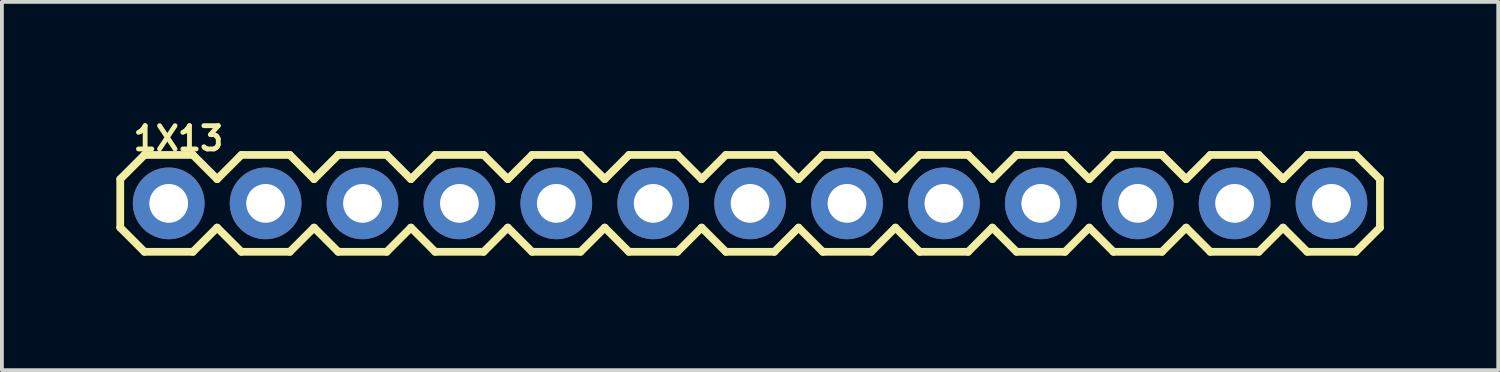
<source format=kicad_pcb>
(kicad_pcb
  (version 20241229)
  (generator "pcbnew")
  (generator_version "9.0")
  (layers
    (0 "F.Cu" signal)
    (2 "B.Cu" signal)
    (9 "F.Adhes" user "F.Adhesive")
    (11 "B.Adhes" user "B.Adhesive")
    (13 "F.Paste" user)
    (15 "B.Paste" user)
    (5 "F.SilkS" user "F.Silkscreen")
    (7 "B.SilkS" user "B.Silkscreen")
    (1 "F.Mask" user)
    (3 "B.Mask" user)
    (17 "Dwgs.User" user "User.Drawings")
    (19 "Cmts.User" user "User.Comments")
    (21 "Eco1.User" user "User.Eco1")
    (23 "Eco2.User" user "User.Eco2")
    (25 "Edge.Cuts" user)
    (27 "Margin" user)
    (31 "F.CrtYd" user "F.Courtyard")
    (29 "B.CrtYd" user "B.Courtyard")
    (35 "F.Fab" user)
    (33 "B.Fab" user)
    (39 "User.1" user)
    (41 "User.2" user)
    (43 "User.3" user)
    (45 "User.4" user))
  (footprint "1X13"
    (layer "F.Cu")
    (at 1.372 2.281)
    (property "Reference" "1X13" (at 0.254 -1.702 0) (layer "F.SilkS") (effects (font (size 0.61 0.61) (thickness 0.127))))
    (attr exclude_from_pos_files exclude_from_bom)
    (fp_line (start -1.27 -0.635) (end -1.27 0.635) (stroke (width 0.203) (type solid)) (layer "F.SilkS"))
    (fp_line (start -1.27 0.635) (end -0.635 1.27) (stroke (width 0.203) (type solid)) (layer "F.SilkS"))
    (fp_line (start -0.635 -1.27) (end -1.27 -0.635) (stroke (width 0.203) (type solid)) (layer "F.SilkS"))
    (fp_line (start -0.635 -1.27) (end 0.635 -1.27) (stroke (width 0.203) (type solid)) (layer "F.SilkS"))
    (fp_line (start 0.635 -1.27) (end 1.27 -0.635) (stroke (width 0.203) (type solid)) (layer "F.SilkS"))
    (fp_line (start 0.635 1.27) (end -0.635 1.27) (stroke (width 0.203) (type solid)) (layer "F.SilkS"))
    (fp_line (start 1.27 -0.635) (end 1.905 -1.27) (stroke (width 0.203) (type solid)) (layer "F.SilkS"))
    (fp_line (start 1.27 0.635) (end 0.635 1.27) (stroke (width 0.203) (type solid)) (layer "F.SilkS"))
    (fp_line (start 1.905 -1.27) (end 3.175 -1.27) (stroke (width 0.203) (type solid)) (layer "F.SilkS"))
    (fp_line (start 1.905 1.27) (end 1.27 0.635) (stroke (width 0.203) (type solid)) (layer "F.SilkS"))
    (fp_line (start 3.175 -1.27) (end 3.81 -0.635) (stroke (width 0.203) (type solid)) (layer "F.SilkS"))
    (fp_line (start 3.175 1.27) (end 1.905 1.27) (stroke (width 0.203) (type solid)) (layer "F.SilkS"))
    (fp_line (start 3.81 -0.635) (end 4.445 -1.27) (stroke (width 0.203) (type solid)) (layer "F.SilkS"))
    (fp_line (start 3.81 0.635) (end 3.175 1.27) (stroke (width 0.203) (type solid)) (layer "F.SilkS"))
    (fp_line (start 4.445 -1.27) (end 5.715 -1.27) (stroke (width 0.203) (type solid)) (layer "F.SilkS"))
    (fp_line (start 4.445 1.27) (end 3.81 0.635) (stroke (width 0.203) (type solid)) (layer "F.SilkS"))
    (fp_line (start 5.715 -1.27) (end 6.35 -0.635) (stroke (width 0.203) (type solid)) (layer "F.SilkS"))
    (fp_line (start 5.715 1.27) (end 4.445 1.27) (stroke (width 0.203) (type solid)) (layer "F.SilkS"))
    (fp_line (start 6.35 0.635) (end 5.715 1.27) (stroke (width 0.203) (type solid)) (layer "F.SilkS"))
    (fp_line (start 6.35 0.635) (end 6.985 1.27) (stroke (width 0.203) (type solid)) (layer "F.SilkS"))
    (fp_line (start 6.985 -1.27) (end 6.35 -0.635) (stroke (width 0.203) (type solid)) (layer "F.SilkS"))
    (fp_line (start 6.985 -1.27) (end 8.255 -1.27) (stroke (width 0.203) (type solid)) (layer "F.SilkS"))
    (fp_line (start 8.255 -1.27) (end 8.89 -0.635) (stroke (width 0.203) (type solid)) (layer "F.SilkS"))
    (fp_line (start 8.255 1.27) (end 6.985 1.27) (stroke (width 0.203) (type solid)) (layer "F.SilkS"))
    (fp_line (start 8.89 -0.635) (end 9.525 -1.27) (stroke (width 0.203) (type solid)) (layer "F.SilkS"))
    (fp_line (start 8.89 0.635) (end 8.255 1.27) (stroke (width 0.203) (type solid)) (layer "F.SilkS"))
    (fp_line (start 9.525 -1.27) (end 10.795 -1.27) (stroke (width 0.203) (type solid)) (layer "F.SilkS"))
    (fp_line (start 9.525 1.27) (end 8.89 0.635) (stroke (width 0.203) (type solid)) (layer "F.SilkS"))
    (fp_line (start 10.795 -1.27) (end 11.43 -0.635) (stroke (width 0.203) (type solid)) (layer "F.SilkS"))
    (fp_line (start 10.795 1.27) (end 9.525 1.27) (stroke (width 0.203) (type solid)) (layer "F.SilkS"))
    (fp_line (start 11.43 -0.635) (end 12.065 -1.27) (stroke (width 0.203) (type solid)) (layer "F.SilkS"))
    (fp_line (start 11.43 0.635) (end 10.795 1.27) (stroke (width 0.203) (type solid)) (layer "F.SilkS"))
    (fp_line (start 12.065 -1.27) (end 13.335 -1.27) (stroke (width 0.203) (type solid)) (layer "F.SilkS"))
    (fp_line (start 12.065 1.27) (end 11.43 0.635) (stroke (width 0.203) (type solid)) (layer "F.SilkS"))
    (fp_line (start 13.335 -1.27) (end 13.97 -0.635) (stroke (width 0.203) (type solid)) (layer "F.SilkS"))
    (fp_line (start 13.335 1.27) (end 12.065 1.27) (stroke (width 0.203) (type solid)) (layer "F.SilkS"))
    (fp_line (start 13.97 0.635) (end 13.335 1.27) (stroke (width 0.203) (type solid)) (layer "F.SilkS"))
    (fp_line (start 13.97 0.635) (end 14.605 1.27) (stroke (width 0.203) (type solid)) (layer "F.SilkS"))
    (fp_line (start 14.605 -1.27) (end 13.97 -0.635) (stroke (width 0.203) (type solid)) (layer "F.SilkS"))
    (fp_line (start 14.605 -1.27) (end 15.875 -1.27) (stroke (width 0.203) (type solid)) (layer "F.SilkS"))
    (fp_line (start 15.875 -1.27) (end 16.51 -0.635) (stroke (width 0.203) (type solid)) (layer "F.SilkS"))
    (fp_line (start 15.875 1.27) (end 14.605 1.27) (stroke (width 0.203) (type solid)) (layer "F.SilkS"))
    (fp_line (start 16.51 0.635) (end 15.875 1.27) (stroke (width 0.203) (type solid)) (layer "F.SilkS"))
    (fp_line (start 16.51 0.635) (end 17.145 1.27) (stroke (width 0.203) (type solid)) (layer "F.SilkS"))
    (fp_line (start 17.145 -1.27) (end 16.51 -0.635) (stroke (width 0.203) (type solid)) (layer "F.SilkS"))
    (fp_line (start 17.145 -1.27) (end 18.415 -1.27) (stroke (width 0.203) (type solid)) (layer "F.SilkS"))
    (fp_line (start 18.415 -1.27) (end 19.05 -0.635) (stroke (width 0.203) (type solid)) (layer "F.SilkS"))
    (fp_line (start 18.415 1.27) (end 17.145 1.27) (stroke (width 0.203) (type solid)) (layer "F.SilkS"))
    (fp_line (start 19.05 -0.635) (end 19.685 -1.27) (stroke (width 0.203) (type solid)) (layer "F.SilkS"))
    (fp_line (start 19.05 0.635) (end 18.415 1.27) (stroke (width 0.203) (type solid)) (layer "F.SilkS"))
    (fp_line (start 19.685 -1.27) (end 20.955 -1.27) (stroke (width 0.203) (type solid)) (layer "F.SilkS"))
    (fp_line (start 19.685 1.27) (end 19.05 0.635) (stroke (width 0.203) (type solid)) (layer "F.SilkS"))
    (fp_line (start 20.955 -1.27) (end 21.59 -0.635) (stroke (width 0.203) (type solid)) (layer "F.SilkS"))
    (fp_line (start 20.955 1.27) (end 19.685 1.27) (stroke (width 0.203) (type solid)) (layer "F.SilkS"))
    (fp_line (start 21.59 -0.635) (end 22.225 -1.27) (stroke (width 0.203) (type solid)) (layer "F.SilkS"))
    (fp_line (start 21.59 0.635) (end 20.955 1.27) (stroke (width 0.203) (type solid)) (layer "F.SilkS"))
    (fp_line (start 22.225 -1.27) (end 23.495 -1.27) (stroke (width 0.203) (type solid)) (layer "F.SilkS"))
    (fp_line (start 22.225 1.27) (end 21.59 0.635) (stroke (width 0.203) (type solid)) (layer "F.SilkS"))
    (fp_line (start 23.495 -1.27) (end 24.13 -0.635) (stroke (width 0.203) (type solid)) (layer "F.SilkS"))
    (fp_line (start 23.495 1.27) (end 22.225 1.27) (stroke (width 0.203) (type solid)) (layer "F.SilkS"))
    (fp_line (start 24.13 0.635) (end 23.495 1.27) (stroke (width 0.203) (type solid)) (layer "F.SilkS"))
    (fp_line (start 24.13 0.635) (end 24.765 1.27) (stroke (width 0.203) (type solid)) (layer "F.SilkS"))
    (fp_line (start 24.765 -1.27) (end 24.13 -0.635) (stroke (width 0.203) (type solid)) (layer "F.SilkS"))
    (fp_line (start 24.765 -1.27) (end 26.035 -1.27) (stroke (width 0.203) (type solid)) (layer "F.SilkS"))
    (fp_line (start 26.035 -1.27) (end 26.67 -0.635) (stroke (width 0.203) (type solid)) (layer "F.SilkS"))
    (fp_line (start 26.035 1.27) (end 24.765 1.27) (stroke (width 0.203) (type solid)) (layer "F.SilkS"))
    (fp_line (start 26.67 -0.635) (end 27.305 -1.27) (stroke (width 0.203) (type solid)) (layer "F.SilkS"))
    (fp_line (start 26.67 0.635) (end 26.035 1.27) (stroke (width 0.203) (type solid)) (layer "F.SilkS"))
    (fp_line (start 27.305 -1.27) (end 28.575 -1.27) (stroke (width 0.203) (type solid)) (layer "F.SilkS"))
    (fp_line (start 27.305 1.27) (end 26.67 0.635) (stroke (width 0.203) (type solid)) (layer "F.SilkS"))
    (fp_line (start 28.575 -1.27) (end 29.21 -0.635) (stroke (width 0.203) (type solid)) (layer "F.SilkS"))
    (fp_line (start 28.575 1.27) (end 27.305 1.27) (stroke (width 0.203) (type solid)) (layer "F.SilkS"))
    (fp_line (start 29.21 -0.635) (end 29.845 -1.27) (stroke (width 0.203) (type solid)) (layer "F.SilkS"))
    (fp_line (start 29.21 0.635) (end 28.575 1.27) (stroke (width 0.203) (type solid)) (layer "F.SilkS"))
    (fp_line (start 29.845 -1.27) (end 31.115 -1.27) (stroke (width 0.203) (type solid)) (layer "F.SilkS"))
    (fp_line (start 29.845 1.27) (end 29.21 0.635) (stroke (width 0.203) (type solid)) (layer "F.SilkS"))
    (fp_line (start 31.115 -1.27) (end 31.75 -0.635) (stroke (width 0.203) (type solid)) (layer "F.SilkS"))
    (fp_line (start 31.115 1.27) (end 29.845 1.27) (stroke (width 0.203) (type solid)) (layer "F.SilkS"))
    (fp_line (start 31.75 0.635) (end 31.115 1.27) (stroke (width 0.203) (type solid)) (layer "F.SilkS"))
    (fp_line (start 31.75 0.635) (end 31.75 -0.635) (stroke (width 0.203) (type solid)) (layer "F.SilkS"))
    (fp_line (start -0.254 -0.254) (end 0.254 -0.254) (stroke (width 0.066) (type solid)) (layer "Dwgs.User"))
    (fp_line (start -0.254 0.254) (end -0.254 -0.254) (stroke (width 0.066) (type solid)) (layer "Dwgs.User"))
    (fp_line (start -0.254 0.254) (end 0.254 0.254) (stroke (width 0.066) (type solid)) (layer "Dwgs.User"))
    (fp_line (start 0.254 0.254) (end 0.254 -0.254) (stroke (width 0.066) (type solid)) (layer "Dwgs.User"))
    (fp_line (start 2.286 -0.254) (end 2.794 -0.254) (stroke (width 0.066) (type solid)) (layer "Dwgs.User"))
    (fp_line (start 2.286 0.254) (end 2.286 -0.254) (stroke (width 0.066) (type solid)) (layer "Dwgs.User"))
    (fp_line (start 2.286 0.254) (end 2.794 0.254) (stroke (width 0.066) (type solid)) (layer "Dwgs.User"))
    (fp_line (start 2.794 0.254) (end 2.794 -0.254) (stroke (width 0.066) (type solid)) (layer "Dwgs.User"))
    (fp_line (start 4.826 -0.254) (end 5.334 -0.254) (stroke (width 0.066) (type solid)) (layer "Dwgs.User"))
    (fp_line (start 4.826 0.254) (end 4.826 -0.254) (stroke (width 0.066) (type solid)) (layer "Dwgs.User"))
    (fp_line (start 4.826 0.254) (end 5.334 0.254) (stroke (width 0.066) (type solid)) (layer "Dwgs.User"))
    (fp_line (start 5.334 0.254) (end 5.334 -0.254) (stroke (width 0.066) (type solid)) (layer "Dwgs.User"))
    (fp_line (start 7.366 -0.254) (end 7.874 -0.254) (stroke (width 0.066) (type solid)) (layer "Dwgs.User"))
    (fp_line (start 7.366 0.254) (end 7.366 -0.254) (stroke (width 0.066) (type solid)) (layer "Dwgs.User"))
    (fp_line (start 7.366 0.254) (end 7.874 0.254) (stroke (width 0.066) (type solid)) (layer "Dwgs.User"))
    (fp_line (start 7.874 0.254) (end 7.874 -0.254) (stroke (width 0.066) (type solid)) (layer "Dwgs.User"))
    (fp_line (start 9.906 -0.254) (end 10.414 -0.254) (stroke (width 0.066) (type solid)) (layer "Dwgs.User"))
    (fp_line (start 9.906 0.254) (end 9.906 -0.254) (stroke (width 0.066) (type solid)) (layer "Dwgs.User"))
    (fp_line (start 9.906 0.254) (end 10.414 0.254) (stroke (width 0.066) (type solid)) (layer "Dwgs.User"))
    (fp_line (start 10.414 0.254) (end 10.414 -0.254) (stroke (width 0.066) (type solid)) (layer "Dwgs.User"))
    (fp_line (start 12.446 -0.254) (end 12.954 -0.254) (stroke (width 0.066) (type solid)) (layer "Dwgs.User"))
    (fp_line (start 12.446 0.254) (end 12.446 -0.254) (stroke (width 0.066) (type solid)) (layer "Dwgs.User"))
    (fp_line (start 12.446 0.254) (end 12.954 0.254) (stroke (width 0.066) (type solid)) (layer "Dwgs.User"))
    (fp_line (start 12.954 0.254) (end 12.954 -0.254) (stroke (width 0.066) (type solid)) (layer "Dwgs.User"))
    (fp_line (start 14.986 -0.254) (end 15.494 -0.254) (stroke (width 0.066) (type solid)) (layer "Dwgs.User"))
    (fp_line (start 14.986 0.254) (end 14.986 -0.254) (stroke (width 0.066) (type solid)) (layer "Dwgs.User"))
    (fp_line (start 14.986 0.254) (end 15.494 0.254) (stroke (width 0.066) (type solid)) (layer "Dwgs.User"))
    (fp_line (start 15.494 0.254) (end 15.494 -0.254) (stroke (width 0.066) (type solid)) (layer "Dwgs.User"))
    (fp_line (start 17.523 -0.254) (end 18.034 -0.254) (stroke (width 0.066) (type solid)) (layer "Dwgs.User"))
    (fp_line (start 17.523 0.254) (end 17.523 -0.254) (stroke (width 0.066) (type solid)) (layer "Dwgs.User"))
    (fp_line (start 17.523 0.254) (end 18.034 0.254) (stroke (width 0.066) (type solid)) (layer "Dwgs.User"))
    (fp_line (start 18.034 0.254) (end 18.034 -0.254) (stroke (width 0.066) (type solid)) (layer "Dwgs.User"))
    (fp_line (start 20.066 -0.254) (end 20.574 -0.254) (stroke (width 0.066) (type solid)) (layer "Dwgs.User"))
    (fp_line (start 20.066 0.254) (end 20.066 -0.254) (stroke (width 0.066) (type solid)) (layer "Dwgs.User"))
    (fp_line (start 20.066 0.254) (end 20.574 0.254) (stroke (width 0.066) (type solid)) (layer "Dwgs.User"))
    (fp_line (start 20.574 0.254) (end 20.574 -0.254) (stroke (width 0.066) (type solid)) (layer "Dwgs.User"))
    (fp_line (start 22.606 -0.254) (end 23.114 -0.254) (stroke (width 0.066) (type solid)) (layer "Dwgs.User"))
    (fp_line (start 22.606 0.254) (end 22.606 -0.254) (stroke (width 0.066) (type solid)) (layer "Dwgs.User"))
    (fp_line (start 22.606 0.254) (end 23.114 0.254) (stroke (width 0.066) (type solid)) (layer "Dwgs.User"))
    (fp_line (start 23.114 0.254) (end 23.114 -0.254) (stroke (width 0.066) (type solid)) (layer "Dwgs.User"))
    (fp_line (start 25.146 -0.254) (end 25.654 -0.254) (stroke (width 0.066) (type solid)) (layer "Dwgs.User"))
    (fp_line (start 25.146 0.254) (end 25.146 -0.254) (stroke (width 0.066) (type solid)) (layer "Dwgs.User"))
    (fp_line (start 25.146 0.254) (end 25.654 0.254) (stroke (width 0.066) (type solid)) (layer "Dwgs.User"))
    (fp_line (start 25.654 0.254) (end 25.654 -0.254) (stroke (width 0.066) (type solid)) (layer "Dwgs.User"))
    (fp_line (start 27.686 -0.254) (end 28.194 -0.254) (stroke (width 0.066) (type solid)) (layer "Dwgs.User"))
    (fp_line (start 27.686 0.254) (end 27.686 -0.254) (stroke (width 0.066) (type solid)) (layer "Dwgs.User"))
    (fp_line (start 27.686 0.254) (end 28.194 0.254) (stroke (width 0.066) (type solid)) (layer "Dwgs.User"))
    (fp_line (start 28.194 0.254) (end 28.194 -0.254) (stroke (width 0.066) (type solid)) (layer "Dwgs.User"))
    (fp_line (start 30.226 -0.254) (end 30.734 -0.254) (stroke (width 0.066) (type solid)) (layer "Dwgs.User"))
    (fp_line (start 30.226 0.254) (end 30.226 -0.254) (stroke (width 0.066) (type solid)) (layer "Dwgs.User"))
    (fp_line (start 30.226 0.254) (end 30.734 0.254) (stroke (width 0.066) (type solid)) (layer "Dwgs.User"))
    (fp_line (start 30.734 0.254) (end 30.734 -0.254) (stroke (width 0.066) (type solid)) (layer "Dwgs.User"))
    (pad "1" thru_hole circle (at 0 0) (size 1.88 1.88) (drill 1.016) (layers "*.Cu" "*.Paste" "*.Mask"))
    (pad "2" thru_hole circle (at 2.54 0) (size 1.88 1.88) (drill 1.016) (layers "*.Cu" "*.Paste" "*.Mask"))
    (pad "3" thru_hole circle (at 5.08 0) (size 1.88 1.88) (drill 1.016) (layers "*.Cu" "*.Paste" "*.Mask"))
    (pad "4" thru_hole circle (at 7.62 0) (size 1.88 1.88) (drill 1.016) (layers "*.Cu" "*.Paste" "*.Mask"))
    (pad "5" thru_hole circle (at 10.16 0) (size 1.88 1.88) (drill 1.016) (layers "*.Cu" "*.Paste" "*.Mask"))
    (pad "6" thru_hole circle (at 12.7 0) (size 1.88 1.88) (drill 1.016) (layers "*.Cu" "*.Paste" "*.Mask"))
    (pad "7" thru_hole circle (at 15.24 0) (size 1.88 1.88) (drill 1.016) (layers "*.Cu" "*.Paste" "*.Mask"))
    (pad "8" thru_hole circle (at 17.78 0) (size 1.88 1.88) (drill 1.016) (layers "*.Cu" "*.Paste" "*.Mask"))
    (pad "9" thru_hole circle (at 20.32 0) (size 1.88 1.88) (drill 1.016) (layers "*.Cu" "*.Paste" "*.Mask"))
    (pad "10" thru_hole circle (at 22.86 0) (size 1.88 1.88) (drill 1.016) (layers "*.Cu" "*.Paste" "*.Mask"))
    (pad "11" thru_hole circle (at 25.4 0) (size 1.88 1.88) (drill 1.016) (layers "*.Cu" "*.Paste" "*.Mask"))
    (pad "12" thru_hole circle (at 27.94 0) (size 1.88 1.88) (drill 1.016) (layers "*.Cu" "*.Paste" "*.Mask"))
    (pad "13" thru_hole circle (at 30.48 0) (size 1.88 1.88) (drill 1.016) (layers "*.Cu" "*.Paste" "*.Mask")))
  (gr_rect
    (start -3 -3)
    (end 36.223 6.653)
    (stroke (width 0.1) (type default))
    (fill no)
    (layer "Edge.Cuts")))
</source>
